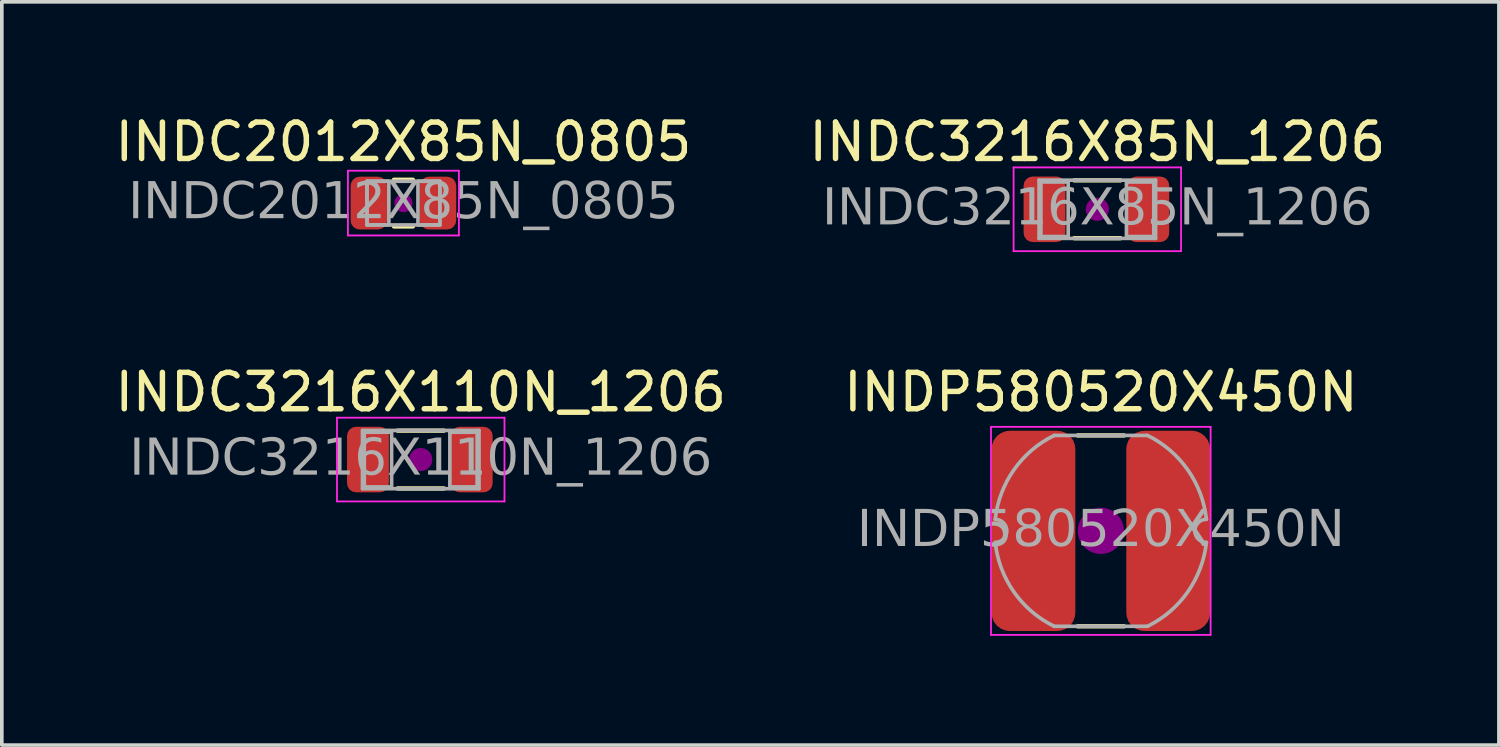
<source format=kicad_pcb>
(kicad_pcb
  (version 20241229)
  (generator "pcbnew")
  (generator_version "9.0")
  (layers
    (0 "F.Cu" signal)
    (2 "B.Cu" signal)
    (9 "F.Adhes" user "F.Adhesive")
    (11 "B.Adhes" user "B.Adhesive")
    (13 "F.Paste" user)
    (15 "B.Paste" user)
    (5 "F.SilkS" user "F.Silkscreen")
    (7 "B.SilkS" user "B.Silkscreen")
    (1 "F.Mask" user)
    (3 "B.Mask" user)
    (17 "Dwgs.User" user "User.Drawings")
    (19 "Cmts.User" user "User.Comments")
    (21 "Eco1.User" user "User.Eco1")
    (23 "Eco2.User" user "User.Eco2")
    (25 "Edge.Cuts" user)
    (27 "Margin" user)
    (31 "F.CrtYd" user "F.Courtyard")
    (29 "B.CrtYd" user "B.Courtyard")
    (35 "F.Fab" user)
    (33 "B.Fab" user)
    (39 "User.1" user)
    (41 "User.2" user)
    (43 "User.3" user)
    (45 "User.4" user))
  (footprint "INDC3216X85N_1206"
    (layer "F.Cu")
    (at 27.089 2.698)
    (property "Reference" "INDC3216X85N_1206" (at 0 -1.85 0) (layer "F.SilkS") (effects (font (size 1 1) (thickness 0.15))))
    (attr smd)
    (fp_line (start -0.635 -0.794) (end 0.635 -0.794) (stroke (width 0.12) (type solid)) (layer "F.SilkS"))
    (fp_line (start -0.635 0.794) (end 0.635 0.794) (stroke (width 0.12) (type solid)) (layer "F.SilkS"))
    (fp_circle (center 0 0) (end 0.318 0) (stroke (width 0) (type solid)) (fill yes) (layer "F.Adhes"))
    (fp_line (start -2.3 -1.15) (end 2.3 -1.15) (stroke (width 0.05) (type solid)) (layer "F.CrtYd"))
    (fp_line (start -2.3 1.15) (end -2.3 -1.15) (stroke (width 0.05) (type solid)) (layer "F.CrtYd"))
    (fp_line (start 2.3 -1.15) (end 2.3 1.15) (stroke (width 0.05) (type solid)) (layer "F.CrtYd"))
    (fp_line (start 2.3 1.15) (end -2.3 1.15) (stroke (width 0.05) (type solid)) (layer "F.CrtYd"))
    (fp_line (start -1.6 -0.8) (end 1.6 -0.8) (stroke (width 0.1) (type solid)) (layer "F.Fab"))
    (fp_line (start -1.6 0.8) (end -1.6 -0.8) (stroke (width 0.1) (type solid)) (layer "F.Fab"))
    (fp_line (start 1.6 -0.8) (end 1.6 0.8) (stroke (width 0.1) (type solid)) (layer "F.Fab"))
    (fp_line (start 1.6 0.8) (end -1.6 0.8) (stroke (width 0.1) (type solid)) (layer "F.Fab"))
    (fp_rect (start -0.8 0.75) (end -1.55 -0.75) (stroke (width 0.1) (type solid)) (fill no) (layer "F.Fab"))
    (fp_rect (start 0.8 -0.75) (end 1.55 0.75) (stroke (width 0.1) (type solid)) (fill no) (layer "F.Fab"))
    (fp_text user "${REFERENCE}" (at 0 0 0) (layer "F.Fab") (effects (font (face "Tahoma") (size 1 1) (thickness 0.15))))
    (pad "1" smd roundrect (at -1.45 0) (size 1.15 1.8) (layers "F.Cu" "F.Mask" "F.Paste") (roundrect_rratio 0.217))
    (pad "2" smd roundrect (at 1.4 0) (size 1.15 1.8) (layers "F.Cu" "F.Mask" "F.Paste") (roundrect_rratio 0.217)))
  (footprint "INDP580520X450N"
    (layer "F.Cu")
    (at 27.185 11.531)
    (property "Reference" "INDP580520X450N" (at 0 -3.81 0) (layer "F.SilkS") (effects (font (size 1 1) (thickness 0.15))))
    (attr smd)
    (fp_line (start -0.635 -2.621) (end 0.635 -2.621) (stroke (width 0.12) (type solid)) (layer "F.SilkS"))
    (fp_line (start -0.635 2.621) (end 0.635 2.621) (stroke (width 0.12) (type solid)) (layer "F.SilkS"))
    (fp_circle (center 0 0) (end -0.635 0) (stroke (width 0) (type solid)) (fill yes) (layer "F.Adhes"))
    (fp_line (start -3.016 2.857) (end -3.016 -2.857) (stroke (width 0.05) (type solid)) (layer "F.CrtYd"))
    (fp_line (start -3.016 2.857) (end 3.016 2.857) (stroke (width 0.05) (type solid)) (layer "F.CrtYd"))
    (fp_line (start 3.016 -2.857) (end -3.016 -2.857) (stroke (width 0.05) (type solid)) (layer "F.CrtYd"))
    (fp_line (start 3.016 -2.857) (end 3.016 2.857) (stroke (width 0.05) (type solid)) (layer "F.CrtYd"))
    (fp_line (start -1.28 -2.621) (end 1.28 -2.621) (stroke (width 0.1) (type default)) (layer "F.Fab"))
    (fp_line (start -1.28 2.621) (end 1.28 2.621) (stroke (width 0.1) (type default)) (layer "F.Fab"))
    (fp_arc (start -2.9 -0.3175) (mid -2.5825 0) (end -2.9 0.3175) (stroke (width 0.1) (type default)) (layer "F.Fab"))
    (fp_arc (start -2.9 -0.3175) (mid -2.386602 -1.677777) (end -1.280416 -2.621325) (stroke (width 0.1) (type default)) (layer "F.Fab"))
    (fp_arc (start -1.280416 2.621325) (mid -2.386603 1.677777) (end -2.9 0.3175) (stroke (width 0.1) (type default)) (layer "F.Fab"))
    (fp_arc (start 1.280416 -2.621325) (mid 2.386603 -1.677777) (end 2.9 -0.3175) (stroke (width 0.1) (type default)) (layer "F.Fab"))
    (fp_arc (start 2.9 0.3175) (mid 2.386602 1.677777) (end 1.280416 2.621325) (stroke (width 0.1) (type default)) (layer "F.Fab"))
    (fp_arc (start 2.9 0.3175) (mid 2.5825 0) (end 2.9 -0.3175) (stroke (width 0.1) (type default)) (layer "F.Fab"))
    (fp_text user "${REFERENCE}" (at 0 0 0) (layer "F.Fab") (effects (font (face "Tahoma") (size 1 1) (thickness 0.15))))
    (pad "1" smd roundrect (at -1.85 0) (size 2.3 5.5) (layers "F.Cu" "F.Mask" "F.Paste") (roundrect_rratio 0.217))
    (pad "2" smd roundrect (at 1.85 0.000013) (size 2.3 5.5) (layers "F.Cu" "F.Mask" "F.Paste") (roundrect_rratio 0.217)))
  (footprint "INDC3216X110N_1206"
    (layer "F.Cu")
    (at 8.506 9.572)
    (property "Reference" "INDC3216X110N_1206" (at 0 -1.85 0) (layer "F.SilkS") (effects (font (size 1 1) (thickness 0.15))))
    (attr smd)
    (fp_line (start -0.635 -0.794) (end 0.635 -0.794) (stroke (width 0.12) (type solid)) (layer "F.SilkS"))
    (fp_line (start -0.635 0.794) (end 0.635 0.794) (stroke (width 0.12) (type solid)) (layer "F.SilkS"))
    (fp_circle (center 0 0) (end 0.318 0) (stroke (width 0) (type solid)) (fill yes) (layer "F.Adhes"))
    (fp_line (start -2.3 -1.15) (end 2.3 -1.15) (stroke (width 0.05) (type solid)) (layer "F.CrtYd"))
    (fp_line (start -2.3 1.15) (end -2.3 -1.15) (stroke (width 0.05) (type solid)) (layer "F.CrtYd"))
    (fp_line (start 2.3 -1.15) (end 2.3 1.15) (stroke (width 0.05) (type solid)) (layer "F.CrtYd"))
    (fp_line (start 2.3 1.15) (end -2.3 1.15) (stroke (width 0.05) (type solid)) (layer "F.CrtYd"))
    (fp_line (start -1.6 -0.8) (end 1.6 -0.8) (stroke (width 0.1) (type solid)) (layer "F.Fab"))
    (fp_line (start -1.6 0.8) (end -1.6 -0.8) (stroke (width 0.1) (type solid)) (layer "F.Fab"))
    (fp_line (start 1.6 -0.8) (end 1.6 0.8) (stroke (width 0.1) (type solid)) (layer "F.Fab"))
    (fp_line (start 1.6 0.8) (end -1.6 0.8) (stroke (width 0.1) (type solid)) (layer "F.Fab"))
    (fp_rect (start -0.8 0.75) (end -1.55 -0.75) (stroke (width 0.1) (type solid)) (fill no) (layer "F.Fab"))
    (fp_rect (start 0.8 -0.75) (end 1.55 0.75) (stroke (width 0.1) (type solid)) (fill no) (layer "F.Fab"))
    (fp_text user "${REFERENCE}" (at 0 0 0) (layer "F.Fab") (effects (font (face "Tahoma") (size 1 1) (thickness 0.15))))
    (pad "1" smd roundrect (at -1.45 0) (size 1.15 1.8) (layers "F.Cu" "F.Mask" "F.Paste") (roundrect_rratio 0.217))
    (pad "2" smd roundrect (at 1.4 0) (size 1.15 1.8) (layers "F.Cu" "F.Mask" "F.Paste") (roundrect_rratio 0.217)))
  (footprint "INDC2012X85N_0805"
    (layer "F.Cu")
    (at 8.03 2.528)
    (property "Reference" "INDC2012X85N_0805" (at 0 -1.68 0) (layer "F.SilkS") (effects (font (size 1 1) (thickness 0.15))))
    (attr smd)
    (fp_line (start -0.261 -0.64) (end 0.261 -0.64) (stroke (width 0.12) (type solid)) (layer "F.SilkS"))
    (fp_line (start -0.261 0.64) (end 0.261 0.64) (stroke (width 0.12) (type solid)) (layer "F.SilkS"))
    (fp_circle (center 0 0) (end 0.25 0) (stroke (width 0) (type solid)) (fill yes) (layer "F.Adhes"))
    (fp_line (start -1.524 -0.889) (end 1.524 -0.889) (stroke (width 0.05) (type solid)) (layer "F.CrtYd"))
    (fp_line (start -1.524 0.889) (end -1.524 -0.889) (stroke (width 0.05) (type solid)) (layer "F.CrtYd"))
    (fp_line (start 1.524 -0.889) (end 1.524 0.889) (stroke (width 0.05) (type solid)) (layer "F.CrtYd"))
    (fp_line (start 1.524 0.889) (end -1.524 0.889) (stroke (width 0.05) (type solid)) (layer "F.CrtYd"))
    (fp_line (start -1 -0.6) (end 1 -0.6) (stroke (width 0.1) (type solid)) (layer "F.Fab"))
    (fp_line (start -1 0.6) (end -1 -0.6) (stroke (width 0.1) (type solid)) (layer "F.Fab"))
    (fp_line (start 1 -0.6) (end 1 0.6) (stroke (width 0.1) (type solid)) (layer "F.Fab"))
    (fp_line (start 1 0.6) (end -1 0.6) (stroke (width 0.1) (type solid)) (layer "F.Fab"))
    (fp_rect (start -1 -0.6) (end -0.4 0.6) (stroke (width 0.1) (type solid)) (fill no) (layer "F.Fab"))
    (fp_rect (start 0.4 -0.6) (end 1 0.6) (stroke (width 0.1) (type solid)) (fill no) (layer "F.Fab"))
    (fp_text user "${REFERENCE}" (at 0 0 0) (layer "F.Fab") (effects (font (face "Tahoma") (size 1 1) (thickness 0.15))))
    (pad "1" smd roundrect (at -0.95 0) (size 1 1.45) (layers "F.Cu" "F.Mask" "F.Paste") (roundrect_rratio 0.25))
    (pad "2" smd roundrect (at 0.95 0) (size 1 1.45) (layers "F.Cu" "F.Mask" "F.Paste") (roundrect_rratio 0.25)))
  (gr_rect
    (start -3 -3)
    (end 38.119 17.414)
    (stroke (width 0.1) (type default))
    (fill no)
    (layer "Edge.Cuts")))
</source>
